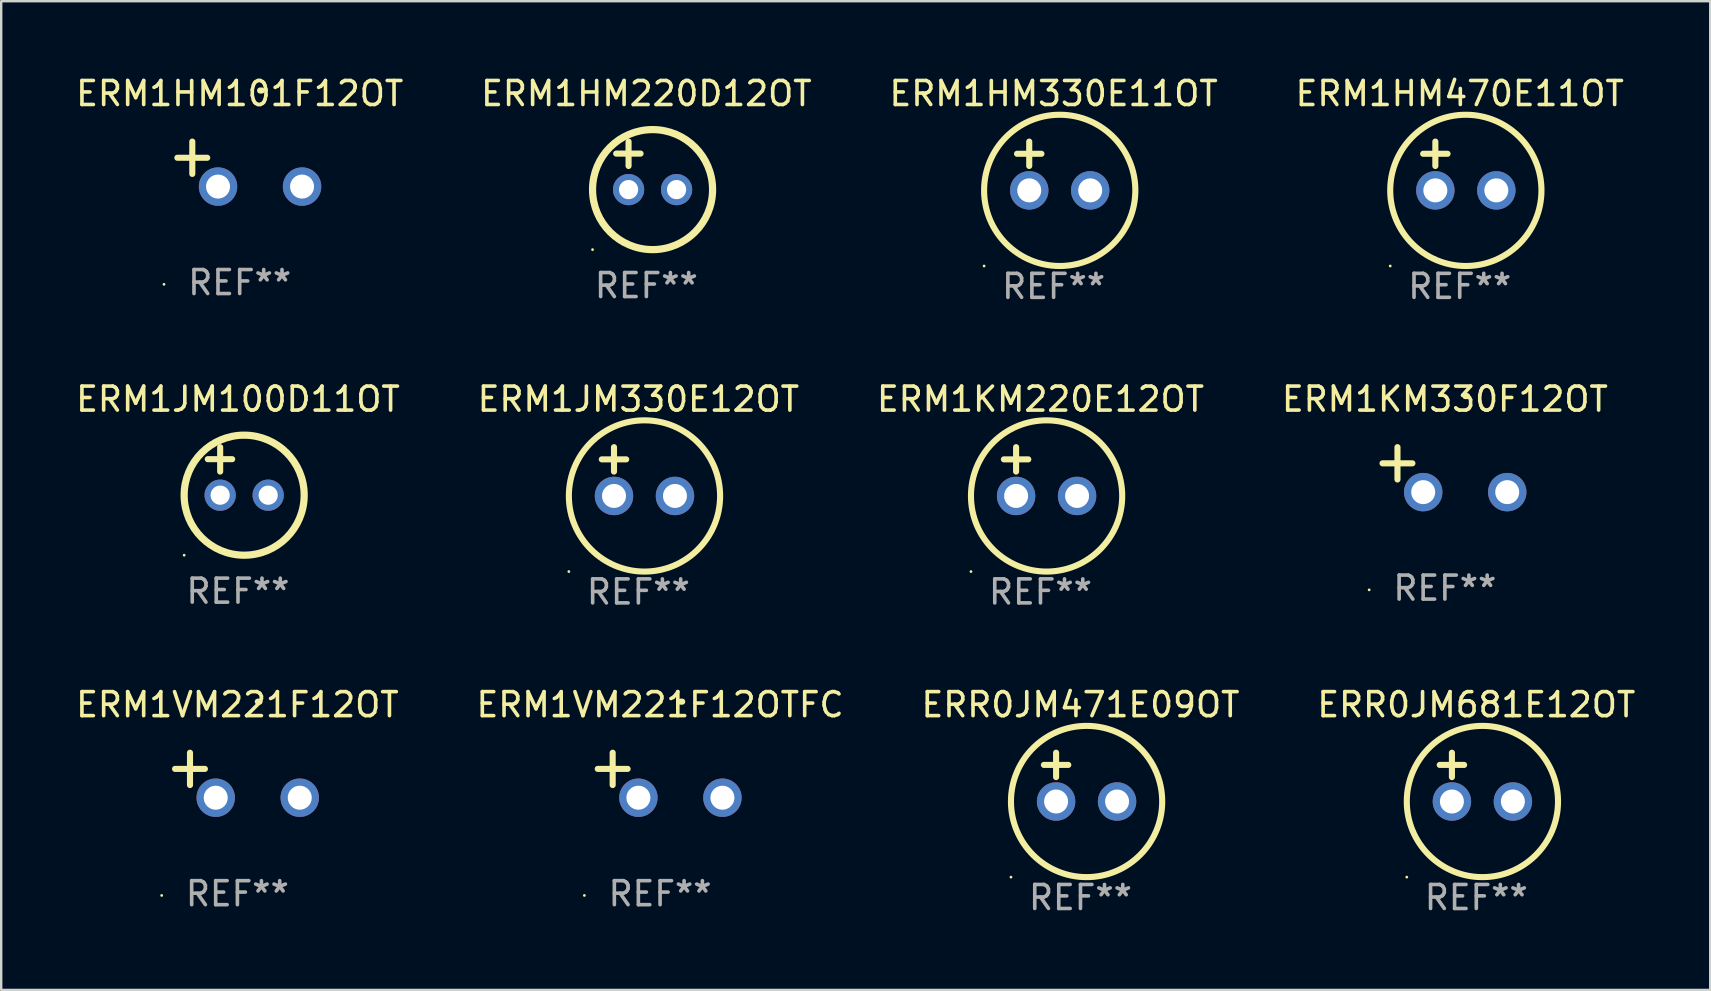
<source format=kicad_pcb>
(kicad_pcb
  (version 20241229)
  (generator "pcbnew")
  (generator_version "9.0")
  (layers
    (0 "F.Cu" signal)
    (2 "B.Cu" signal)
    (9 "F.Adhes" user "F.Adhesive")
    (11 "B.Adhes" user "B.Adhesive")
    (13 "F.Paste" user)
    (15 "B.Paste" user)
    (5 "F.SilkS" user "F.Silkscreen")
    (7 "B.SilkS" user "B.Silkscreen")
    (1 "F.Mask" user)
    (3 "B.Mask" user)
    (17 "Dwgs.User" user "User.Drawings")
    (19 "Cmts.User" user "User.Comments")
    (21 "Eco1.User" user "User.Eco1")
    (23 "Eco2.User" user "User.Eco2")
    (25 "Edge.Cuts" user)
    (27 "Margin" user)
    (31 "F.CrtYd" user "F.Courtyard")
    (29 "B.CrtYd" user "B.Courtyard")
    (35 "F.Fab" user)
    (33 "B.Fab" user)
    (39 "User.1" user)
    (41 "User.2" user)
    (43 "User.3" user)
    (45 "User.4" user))
  (footprint "ERR0JM471E09OT"
    (layer "F.Cu")
    (at 41.958 29.321)
    (property "Reference" "ERR0JM471E09OT" (at 0 -3.016 0) (layer "F.SilkS") (effects (font (size 1 1) (thickness 0.15))))
    (attr through_hole)
    (fp_line (start -1.524 -0.508) (end -0.508 -0.508) (stroke (width 0.254) (type solid)) (layer "F.SilkS"))
    (fp_line (start -1.016 -1.016) (end -1.016 0) (stroke (width 0.254) (type solid)) (layer "F.SilkS"))
    (fp_circle (center -2.896 4.166) (end -2.866 4.166) (stroke (width 0.06) (type solid)) (fill no) (layer "F.SilkS"))
    (fp_circle (center 0.254 1.016) (end 3.404 1.016) (stroke (width 0.254) (type solid)) (fill no) (layer "F.SilkS"))
    (fp_text user "REF**" (at 0 5.016 0) (layer "F.Fab") (effects (font (size 1 1) (thickness 0.15))))
    (pad "1" thru_hole circle (at -1.016 1.016) (size 1.6 1.6) (drill 1) (layers "*.Cu" "*.Mask"))
    (pad "2" thru_hole circle (at 1.524 1.016) (size 1.6 1.6) (drill 1) (layers "*.Cu" "*.Mask")))
  (footprint "ERR0JM681E12OT"
    (layer "F.Cu")
    (at 58.446 29.321)
    (property "Reference" "ERR0JM681E12OT" (at 0 -3.016 0) (layer "F.SilkS") (effects (font (size 1 1) (thickness 0.15))))
    (attr through_hole)
    (fp_line (start -1.524 -0.508) (end -0.508 -0.508) (stroke (width 0.254) (type solid)) (layer "F.SilkS"))
    (fp_line (start -1.016 -1.016) (end -1.016 0) (stroke (width 0.254) (type solid)) (layer "F.SilkS"))
    (fp_circle (center -2.896 4.166) (end -2.866 4.166) (stroke (width 0.06) (type solid)) (fill no) (layer "F.SilkS"))
    (fp_circle (center 0.254 1.016) (end 3.404 1.016) (stroke (width 0.254) (type solid)) (fill no) (layer "F.SilkS"))
    (fp_text user "REF**" (at 0 5.016 0) (layer "F.Fab") (effects (font (size 1 1) (thickness 0.15))))
    (pad "1" thru_hole circle (at -1.016 1.016) (size 1.6 1.6) (drill 1) (layers "*.Cu" "*.Mask"))
    (pad "2" thru_hole circle (at 1.524 1.016) (size 1.6 1.6) (drill 1) (layers "*.Cu" "*.Mask")))
  (footprint "ERM1JM330E12OT"
    (layer "F.Cu")
    (at 23.542 16.593)
    (property "Reference" "ERM1JM330E12OT" (at 0 -3.016 0) (layer "F.SilkS") (effects (font (size 1 1) (thickness 0.15))))
    (attr through_hole)
    (fp_line (start -1.524 -0.508) (end -0.508 -0.508) (stroke (width 0.254) (type solid)) (layer "F.SilkS"))
    (fp_line (start -1.016 -1.016) (end -1.016 0) (stroke (width 0.254) (type solid)) (layer "F.SilkS"))
    (fp_circle (center -2.896 4.166) (end -2.866 4.166) (stroke (width 0.06) (type solid)) (fill no) (layer "F.SilkS"))
    (fp_circle (center 0.254 1.016) (end 3.404 1.016) (stroke (width 0.254) (type solid)) (fill no) (layer "F.SilkS"))
    (fp_text user "REF**" (at 0 5.016 0) (layer "F.Fab") (effects (font (size 1 1) (thickness 0.15))))
    (pad "1" thru_hole circle (at -1.016 1.016) (size 1.6 1.6) (drill 1) (layers "*.Cu" "*.Mask"))
    (pad "2" thru_hole circle (at 1.524 1.016) (size 1.6 1.6) (drill 1) (layers "*.Cu" "*.Mask")))
  (footprint "ERM1KM330F12OT"
    (layer "F.Cu")
    (at 57.137 16.513)
    (property "Reference" "ERM1KM330F12OT" (at 0 -2.937 0) (layer "F.SilkS") (effects (font (size 1 1) (thickness 0.15))))
    (attr through_hole)
    (fp_line (start -1.975 0.41) (end -1.975 -0.937) (stroke (width 0.254) (type solid)) (layer "F.SilkS"))
    (fp_line (start -1.353 -0.263) (end -2.597 -0.263) (stroke (width 0.254) (type solid)) (layer "F.SilkS"))
    (fp_arc (start 0.849809 -3.063957) (mid 0.885369 -3.064114) (end 0.920929 -3.063957) (stroke (width 0.254001) (type solid)) (layer "F.SilkS"))
    (fp_circle (center -3.154 5.008) (end -3.124 5.008) (stroke (width 0.06) (type solid)) (fill no) (layer "F.SilkS"))
    (fp_text user "REF**" (at 0 4.937 0) (layer "F.Fab") (effects (font (size 1 1) (thickness 0.15))))
    (pad "1" thru_hole circle (at -0.903 0.937) (size 1.6 1.6) (drill 1) (layers "*.Cu" "*.Mask"))
    (pad "2" thru_hole circle (at 2.597 0.937) (size 1.6 1.6) (drill 1) (layers "*.Cu" "*.Mask")))
  (footprint "ERM1HM470E11OT"
    (layer "F.Cu")
    (at 57.756 3.864)
    (property "Reference" "ERM1HM470E11OT" (at 0 -3.016 0) (layer "F.SilkS") (effects (font (size 1 1) (thickness 0.15))))
    (attr through_hole)
    (fp_line (start -1.524 -0.508) (end -0.508 -0.508) (stroke (width 0.254) (type solid)) (layer "F.SilkS"))
    (fp_line (start -1.016 -1.016) (end -1.016 0) (stroke (width 0.254) (type solid)) (layer "F.SilkS"))
    (fp_circle (center -2.896 4.166) (end -2.866 4.166) (stroke (width 0.06) (type solid)) (fill no) (layer "F.SilkS"))
    (fp_circle (center 0.254 1.016) (end 3.404 1.016) (stroke (width 0.254) (type solid)) (fill no) (layer "F.SilkS"))
    (fp_text user "REF**" (at 0 5.016 0) (layer "F.Fab") (effects (font (size 1 1) (thickness 0.15))))
    (pad "1" thru_hole circle (at -1.016 1.016) (size 1.6 1.6) (drill 1) (layers "*.Cu" "*.Mask"))
    (pad "2" thru_hole circle (at 1.524 1.016) (size 1.6 1.6) (drill 1) (layers "*.Cu" "*.Mask")))
  (footprint "ERM1JM100D11OT"
    (layer "F.Cu")
    (at 6.863 16.577)
    (property "Reference" "ERM1JM100D11OT" (at 0 -3 0) (layer "F.SilkS") (effects (font (size 1 1) (thickness 0.15))))
    (attr through_hole)
    (fp_line (start -1.258 -0.5) (end -0.242 -0.5) (stroke (width 0.254) (type solid)) (layer "F.SilkS"))
    (fp_line (start -0.742 -1) (end -0.742 0.016) (stroke (width 0.254) (type solid)) (layer "F.SilkS"))
    (fp_circle (center -2.242 3.5) (end -2.212 3.5) (stroke (width 0.06) (type solid)) (fill no) (layer "F.SilkS"))
    (fp_circle (center 0.258 1) (end 2.758 1) (stroke (width 0.3) (type solid)) (fill no) (layer "F.SilkS"))
    (fp_text user "REF**" (at 0 5 0) (layer "F.Fab") (effects (font (size 1 1) (thickness 0.15))))
    (pad "1" thru_hole circle (at -0.742 1) (size 1.3 1.3) (drill 0.8) (layers "*.Cu" "*.Mask"))
    (pad "2" thru_hole circle (at 1.258 1) (size 1.3 1.3) (drill 0.8) (layers "*.Cu" "*.Mask")))
  (footprint "ERM1VM221F12OT"
    (layer "F.Cu")
    (at 6.839 29.242)
    (property "Reference" "ERM1VM221F12OT" (at 0 -2.937 0) (layer "F.SilkS") (effects (font (size 1 1) (thickness 0.15))))
    (attr through_hole)
    (fp_line (start -1.975 0.41) (end -1.975 -0.937) (stroke (width 0.254) (type solid)) (layer "F.SilkS"))
    (fp_line (start -1.353 -0.263) (end -2.597 -0.263) (stroke (width 0.254) (type solid)) (layer "F.SilkS"))
    (fp_arc (start 0.849809 -3.063957) (mid 0.885369 -3.064114) (end 0.920929 -3.063957) (stroke (width 0.254001) (type solid)) (layer "F.SilkS"))
    (fp_circle (center -3.154 5.008) (end -3.124 5.008) (stroke (width 0.06) (type solid)) (fill no) (layer "F.SilkS"))
    (fp_text user "REF**" (at 0 4.937 0) (layer "F.Fab") (effects (font (size 1 1) (thickness 0.15))))
    (pad "1" thru_hole circle (at -0.903 0.937) (size 1.6 1.6) (drill 1) (layers "*.Cu" "*.Mask"))
    (pad "2" thru_hole circle (at 2.597 0.937) (size 1.6 1.6) (drill 1) (layers "*.Cu" "*.Mask")))
  (footprint "ERM1HM101F12OT"
    (layer "F.Cu")
    (at 6.935 3.785)
    (property "Reference" "ERM1HM101F12OT" (at 0 -2.937 0) (layer "F.SilkS") (effects (font (size 1 1) (thickness 0.15))))
    (attr through_hole)
    (fp_line (start -1.975 0.41) (end -1.975 -0.937) (stroke (width 0.254) (type solid)) (layer "F.SilkS"))
    (fp_line (start -1.353 -0.263) (end -2.597 -0.263) (stroke (width 0.254) (type solid)) (layer "F.SilkS"))
    (fp_arc (start 0.849809 -3.063957) (mid 0.885369 -3.064114) (end 0.920929 -3.063957) (stroke (width 0.254001) (type solid)) (layer "F.SilkS"))
    (fp_circle (center -3.154 5.008) (end -3.124 5.008) (stroke (width 0.06) (type solid)) (fill no) (layer "F.SilkS"))
    (fp_text user "REF**" (at 0 4.937 0) (layer "F.Fab") (effects (font (size 1 1) (thickness 0.15))))
    (pad "1" thru_hole circle (at -0.903 0.937) (size 1.6 1.6) (drill 1) (layers "*.Cu" "*.Mask"))
    (pad "2" thru_hole circle (at 2.597 0.937) (size 1.6 1.6) (drill 1) (layers "*.Cu" "*.Mask")))
  (footprint "ERM1HM330E11OT"
    (layer "F.Cu")
    (at 40.839 3.864)
    (property "Reference" "ERM1HM330E11OT" (at 0 -3.016 0) (layer "F.SilkS") (effects (font (size 1 1) (thickness 0.15))))
    (attr through_hole)
    (fp_line (start -1.524 -0.508) (end -0.508 -0.508) (stroke (width 0.254) (type solid)) (layer "F.SilkS"))
    (fp_line (start -1.016 -1.016) (end -1.016 0) (stroke (width 0.254) (type solid)) (layer "F.SilkS"))
    (fp_circle (center -2.896 4.166) (end -2.866 4.166) (stroke (width 0.06) (type solid)) (fill no) (layer "F.SilkS"))
    (fp_circle (center 0.254 1.016) (end 3.404 1.016) (stroke (width 0.254) (type solid)) (fill no) (layer "F.SilkS"))
    (fp_text user "REF**" (at 0 5.016 0) (layer "F.Fab") (effects (font (size 1 1) (thickness 0.15))))
    (pad "1" thru_hole circle (at -1.016 1.016) (size 1.6 1.6) (drill 1) (layers "*.Cu" "*.Mask"))
    (pad "2" thru_hole circle (at 1.524 1.016) (size 1.6 1.6) (drill 1) (layers "*.Cu" "*.Mask")))
  (footprint "ERM1KM220E12OT"
    (layer "F.Cu")
    (at 40.292 16.593)
    (property "Reference" "ERM1KM220E12OT" (at 0 -3.016 0) (layer "F.SilkS") (effects (font (size 1 1) (thickness 0.15))))
    (attr through_hole)
    (fp_line (start -1.524 -0.508) (end -0.508 -0.508) (stroke (width 0.254) (type solid)) (layer "F.SilkS"))
    (fp_line (start -1.016 -1.016) (end -1.016 0) (stroke (width 0.254) (type solid)) (layer "F.SilkS"))
    (fp_circle (center -2.896 4.166) (end -2.866 4.166) (stroke (width 0.06) (type solid)) (fill no) (layer "F.SilkS"))
    (fp_circle (center 0.254 1.016) (end 3.404 1.016) (stroke (width 0.254) (type solid)) (fill no) (layer "F.SilkS"))
    (fp_text user "REF**" (at 0 5.016 0) (layer "F.Fab") (effects (font (size 1 1) (thickness 0.15))))
    (pad "1" thru_hole circle (at -1.016 1.016) (size 1.6 1.6) (drill 1) (layers "*.Cu" "*.Mask"))
    (pad "2" thru_hole circle (at 1.524 1.016) (size 1.6 1.6) (drill 1) (layers "*.Cu" "*.Mask")))
  (footprint "ERM1HM220D12OT"
    (layer "F.Cu")
    (at 23.875 3.848)
    (property "Reference" "ERM1HM220D12OT" (at 0 -3 0) (layer "F.SilkS") (effects (font (size 1 1) (thickness 0.15))))
    (attr through_hole)
    (fp_line (start -1.258 -0.5) (end -0.242 -0.5) (stroke (width 0.254) (type solid)) (layer "F.SilkS"))
    (fp_line (start -0.742 -1) (end -0.742 0.016) (stroke (width 0.254) (type solid)) (layer "F.SilkS"))
    (fp_circle (center -2.242 3.5) (end -2.212 3.5) (stroke (width 0.06) (type solid)) (fill no) (layer "F.SilkS"))
    (fp_circle (center 0.258 1) (end 2.758 1) (stroke (width 0.3) (type solid)) (fill no) (layer "F.SilkS"))
    (fp_text user "REF**" (at 0 5 0) (layer "F.Fab") (effects (font (size 1 1) (thickness 0.15))))
    (pad "1" thru_hole circle (at -0.742 1) (size 1.3 1.3) (drill 0.8) (layers "*.Cu" "*.Mask"))
    (pad "2" thru_hole circle (at 1.258 1) (size 1.3 1.3) (drill 0.8) (layers "*.Cu" "*.Mask")))
  (footprint "ERM1VM221F12OTFC"
    (layer "F.Cu")
    (at 24.446 29.242)
    (property "Reference" "ERM1VM221F12OTFC" (at 0 -2.937 0) (layer "F.SilkS") (effects (font (size 1 1) (thickness 0.15))))
    (attr through_hole)
    (fp_line (start -1.975 0.41) (end -1.975 -0.937) (stroke (width 0.254) (type solid)) (layer "F.SilkS"))
    (fp_line (start -1.353 -0.263) (end -2.597 -0.263) (stroke (width 0.254) (type solid)) (layer "F.SilkS"))
    (fp_arc (start 0.849809 -3.063957) (mid 0.885369 -3.064114) (end 0.920929 -3.063957) (stroke (width 0.254001) (type solid)) (layer "F.SilkS"))
    (fp_circle (center -3.154 5.008) (end -3.124 5.008) (stroke (width 0.06) (type solid)) (fill no) (layer "F.SilkS"))
    (fp_text user "REF**" (at 0 4.937 0) (layer "F.Fab") (effects (font (size 1 1) (thickness 0.15))))
    (pad "1" thru_hole circle (at -0.903 0.937) (size 1.6 1.6) (drill 1) (layers "*.Cu" "*.Mask"))
    (pad "2" thru_hole circle (at 2.597 0.937) (size 1.6 1.6) (drill 1) (layers "*.Cu" "*.Mask")))
  (gr_rect
    (start -3 -3)
    (end 68.19 38.186)
    (stroke (width 0.1) (type default))
    (fill no)
    (layer "Edge.Cuts")))
</source>
